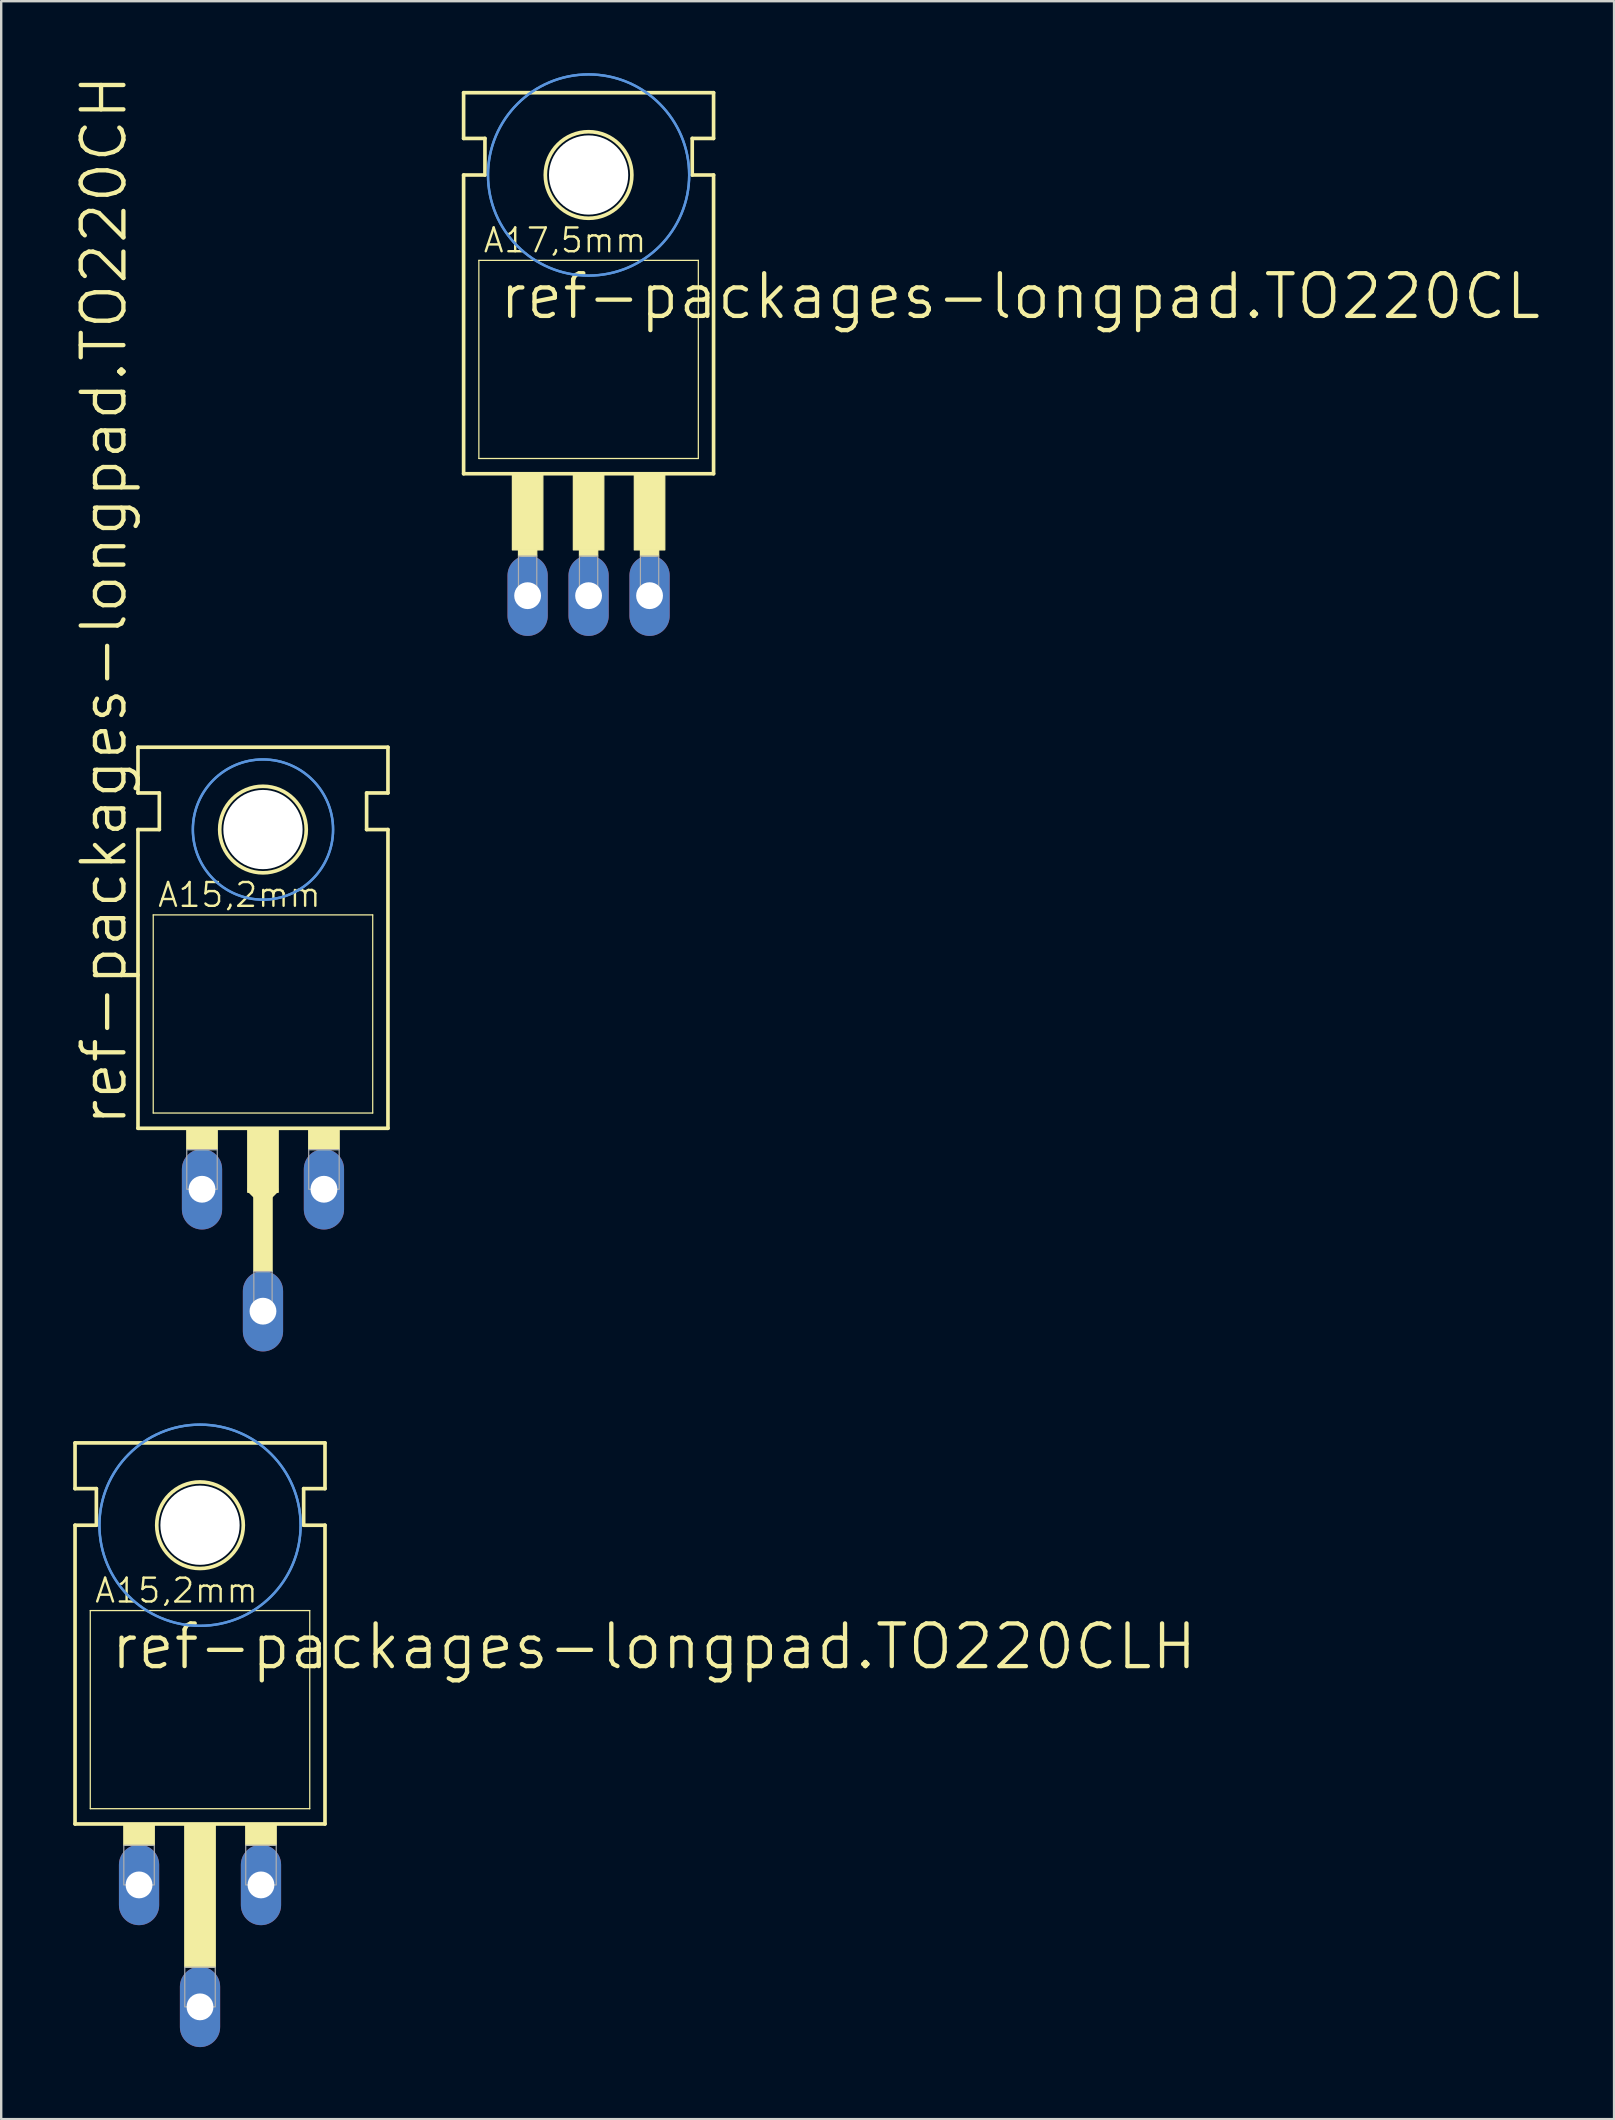
<source format=kicad_pcb>
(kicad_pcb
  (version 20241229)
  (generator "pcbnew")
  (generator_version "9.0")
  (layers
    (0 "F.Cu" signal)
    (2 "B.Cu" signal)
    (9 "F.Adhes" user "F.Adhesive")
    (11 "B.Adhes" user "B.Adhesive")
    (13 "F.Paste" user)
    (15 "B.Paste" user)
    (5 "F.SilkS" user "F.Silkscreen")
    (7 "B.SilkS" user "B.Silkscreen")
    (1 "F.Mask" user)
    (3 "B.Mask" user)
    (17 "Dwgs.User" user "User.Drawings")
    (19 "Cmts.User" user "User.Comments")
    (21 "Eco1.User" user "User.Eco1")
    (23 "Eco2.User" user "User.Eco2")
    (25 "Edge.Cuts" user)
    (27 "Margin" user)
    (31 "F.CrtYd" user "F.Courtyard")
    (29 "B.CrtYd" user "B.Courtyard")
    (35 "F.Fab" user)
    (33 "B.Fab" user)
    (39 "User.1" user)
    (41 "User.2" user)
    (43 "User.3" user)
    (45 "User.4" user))
  (footprint "ref-packages-longpad.TO220CL"
    (layer "F.Cu")
    (at 21.472 15.417)
    (property "Reference" "ref-packages-longpad.TO220CL" (at -3.81 -5.08 0) (layer "F.SilkS") (effects (font (size 1.778 1.778) (thickness 0.18)) (justify left bottom)))
    (attr through_hole)
    (fp_line (start -5.207 -12.7) (end -5.207 -14.605) (stroke (width 0.152) (type default)) (layer "F.SilkS"))
    (fp_line (start -5.207 -11.176) (end -4.318 -11.176) (stroke (width 0.152) (type default)) (layer "F.SilkS"))
    (fp_line (start -5.207 1.27) (end -5.207 -11.176) (stroke (width 0.152) (type default)) (layer "F.SilkS"))
    (fp_line (start -5.207 1.27) (end 5.207 1.27) (stroke (width 0.152) (type default)) (layer "F.SilkS"))
    (fp_line (start -4.572 0.635) (end -4.572 -7.62) (stroke (width 0.051) (type default)) (layer "F.SilkS"))
    (fp_line (start -4.572 0.635) (end 4.572 0.635) (stroke (width 0.051) (type default)) (layer "F.SilkS"))
    (fp_line (start -4.318 -12.7) (end -5.207 -12.7) (stroke (width 0.152) (type default)) (layer "F.SilkS"))
    (fp_line (start -4.318 -11.176) (end -4.318 -12.7) (stroke (width 0.152) (type default)) (layer "F.SilkS"))
    (fp_line (start 4.318 -12.7) (end 5.207 -12.7) (stroke (width 0.152) (type default)) (layer "F.SilkS"))
    (fp_line (start 4.318 -11.176) (end 4.318 -12.7) (stroke (width 0.152) (type default)) (layer "F.SilkS"))
    (fp_line (start 4.572 -7.62) (end -4.572 -7.62) (stroke (width 0.051) (type default)) (layer "F.SilkS"))
    (fp_line (start 4.572 -7.62) (end 4.572 0.635) (stroke (width 0.051) (type default)) (layer "F.SilkS"))
    (fp_line (start 5.207 -14.605) (end -5.207 -14.605) (stroke (width 0.152) (type default)) (layer "F.SilkS"))
    (fp_line (start 5.207 -12.7) (end 5.207 -14.605) (stroke (width 0.152) (type default)) (layer "F.SilkS"))
    (fp_line (start 5.207 -11.176) (end 4.318 -11.176) (stroke (width 0.152) (type default)) (layer "F.SilkS"))
    (fp_line (start 5.207 1.27) (end 5.207 -11.176) (stroke (width 0.152) (type default)) (layer "F.SilkS"))
    (fp_rect (start -3.175 4.445) (end -1.905 1.27) (stroke (width 0.05) (type default)) (fill yes) (layer "F.SilkS"))
    (fp_rect (start -2.921 4.699) (end -2.159 4.445) (stroke (width 0.05) (type default)) (fill yes) (layer "F.SilkS"))
    (fp_rect (start -0.635 4.445) (end 0.635 1.27) (stroke (width 0.05) (type default)) (fill yes) (layer "F.SilkS"))
    (fp_rect (start -0.381 4.699) (end 0.381 4.445) (stroke (width 0.05) (type default)) (fill yes) (layer "F.SilkS"))
    (fp_rect (start 1.905 4.445) (end 3.175 1.27) (stroke (width 0.05) (type default)) (fill yes) (layer "F.SilkS"))
    (fp_rect (start 2.159 4.699) (end 2.921 4.445) (stroke (width 0.05) (type default)) (fill yes) (layer "F.SilkS"))
    (fp_circle (center 0 -11.176) (end 1.803 -11.176) (stroke (width 0.152) (type default)) (fill no) (layer "F.SilkS"))
    (fp_circle (center 0 -11.176) (end 4.191 -11.176) (stroke (width 0.1) (type default)) (fill no) (layer "Cmts.User"))
    (fp_circle (center 0 -11.176) (end 4.191 -11.176) (stroke (width 0.1) (type default)) (fill no) (layer "Cmts.User"))
    (fp_rect (start -2.921 6.477) (end -2.159 4.699) (stroke (width 0.05) (type default)) (fill no) (layer "F.Fab"))
    (fp_rect (start -0.381 6.477) (end 0.381 4.699) (stroke (width 0.05) (type default)) (fill no) (layer "F.Fab"))
    (fp_rect (start 2.159 6.477) (end 2.921 4.699) (stroke (width 0.05) (type default)) (fill no) (layer "F.Fab"))
    (fp_text user "A17,5mm" (at -4.445 -7.874 0) (layer "F.SilkS") (effects (font (size 0.991 0.991) (thickness 0.1)) (justify left bottom)))
    (pad "" np_thru_hole circle (at 0 -11.176) (size 3.302 3.302) (drill 3.302) (layers "*.Cu" "*.Mask"))
    (pad "A" thru_hole oval (at 0 6.35 90) (size 3.353 1.676) (drill 1.118) (layers "*.Cu" "*.Mask"))
    (pad "C" thru_hole oval (at -2.54 6.35 90) (size 3.353 1.676) (drill 1.118) (layers "*.Cu" "*.Mask"))
    (pad "G" thru_hole oval (at 2.54 6.35 90) (size 3.353 1.676) (drill 1.118) (layers "*.Cu" "*.Mask")))
  (footprint "ref-packages-longpad.TO220CLH"
    (layer "F.Cu")
    (at 5.283 71.67)
    (property "Reference" "ref-packages-longpad.TO220CLH" (at -3.81 -5.08 0) (layer "F.SilkS") (effects (font (size 1.778 1.778) (thickness 0.18)) (justify left bottom)))
    (attr through_hole)
    (fp_line (start -5.207 -12.7) (end -5.207 -14.605) (stroke (width 0.152) (type default)) (layer "F.SilkS"))
    (fp_line (start -5.207 -11.176) (end -4.318 -11.176) (stroke (width 0.152) (type default)) (layer "F.SilkS"))
    (fp_line (start -5.207 1.27) (end -5.207 -11.176) (stroke (width 0.152) (type default)) (layer "F.SilkS"))
    (fp_line (start -5.207 1.27) (end 5.207 1.27) (stroke (width 0.152) (type default)) (layer "F.SilkS"))
    (fp_line (start -4.572 0.635) (end -4.572 -7.62) (stroke (width 0.051) (type default)) (layer "F.SilkS"))
    (fp_line (start -4.572 0.635) (end 4.572 0.635) (stroke (width 0.051) (type default)) (layer "F.SilkS"))
    (fp_line (start -4.318 -12.7) (end -5.207 -12.7) (stroke (width 0.152) (type default)) (layer "F.SilkS"))
    (fp_line (start -4.318 -11.176) (end -4.318 -12.7) (stroke (width 0.152) (type default)) (layer "F.SilkS"))
    (fp_line (start 4.318 -12.7) (end 5.207 -12.7) (stroke (width 0.152) (type default)) (layer "F.SilkS"))
    (fp_line (start 4.318 -11.176) (end 4.318 -12.7) (stroke (width 0.152) (type default)) (layer "F.SilkS"))
    (fp_line (start 4.572 -7.62) (end -4.572 -7.62) (stroke (width 0.051) (type default)) (layer "F.SilkS"))
    (fp_line (start 4.572 -7.62) (end 4.572 0.635) (stroke (width 0.051) (type default)) (layer "F.SilkS"))
    (fp_line (start 5.207 -14.605) (end -5.207 -14.605) (stroke (width 0.152) (type default)) (layer "F.SilkS"))
    (fp_line (start 5.207 -12.7) (end 5.207 -14.605) (stroke (width 0.152) (type default)) (layer "F.SilkS"))
    (fp_line (start 5.207 -11.176) (end 4.318 -11.176) (stroke (width 0.152) (type default)) (layer "F.SilkS"))
    (fp_line (start 5.207 1.27) (end 5.207 -11.176) (stroke (width 0.152) (type default)) (layer "F.SilkS"))
    (fp_rect (start -3.175 2.159) (end -1.905 1.27) (stroke (width 0.05) (type default)) (fill yes) (layer "F.SilkS"))
    (fp_rect (start -0.635 7.239) (end 0.635 1.27) (stroke (width 0.05) (type default)) (fill yes) (layer "F.SilkS"))
    (fp_rect (start 1.905 2.159) (end 3.175 1.27) (stroke (width 0.05) (type default)) (fill yes) (layer "F.SilkS"))
    (fp_circle (center 0 -11.176) (end 1.803 -11.176) (stroke (width 0.152) (type default)) (fill no) (layer "F.SilkS"))
    (fp_circle (center 0 -11.176) (end 4.191 -11.176) (stroke (width 0.1) (type default)) (fill no) (layer "Cmts.User"))
    (fp_circle (center 0 -11.176) (end 4.191 -11.176) (stroke (width 0.1) (type default)) (fill no) (layer "Cmts.User"))
    (fp_rect (start -3.175 3.81) (end -1.905 2.159) (stroke (width 0.05) (type default)) (fill no) (layer "F.Fab"))
    (fp_rect (start -0.635 8.89) (end 0.635 7.239) (stroke (width 0.05) (type default)) (fill no) (layer "F.Fab"))
    (fp_rect (start 1.905 3.81) (end 3.175 2.159) (stroke (width 0.05) (type default)) (fill no) (layer "F.Fab"))
    (fp_text user "A15,2mm" (at -4.445 -7.874 0) (layer "F.SilkS") (effects (font (size 0.991 0.991) (thickness 0.1)) (justify left bottom)))
    (pad "" np_thru_hole circle (at 0 -11.176) (size 3.302 3.302) (drill 3.302) (layers "*.Cu" "*.Mask"))
    (pad "A" thru_hole oval (at 0 8.89 90) (size 3.353 1.676) (drill 1.118) (layers "*.Cu" "*.Mask"))
    (pad "C" thru_hole oval (at -2.54 3.81 90) (size 3.353 1.676) (drill 1.118) (layers "*.Cu" "*.Mask"))
    (pad "G" thru_hole oval (at 2.54 3.81 90) (size 3.353 1.676) (drill 1.118) (layers "*.Cu" "*.Mask")))
  (footprint "ref-packages-longpad.TO220CH"
    (layer "F.Cu")
    (at 7.906 42.687)
    (property "Reference" "ref-packages-longpad.TO220CH" (at -5.588 1.27 90) (layer "F.SilkS") (effects (font (size 1.778 1.778) (thickness 0.18)) (justify left bottom)))
    (attr through_hole)
    (fp_line (start -5.207 -12.7) (end -5.207 -14.605) (stroke (width 0.152) (type default)) (layer "F.SilkS"))
    (fp_line (start -5.207 -11.176) (end -4.318 -11.176) (stroke (width 0.152) (type default)) (layer "F.SilkS"))
    (fp_line (start -5.207 1.27) (end -5.207 -11.176) (stroke (width 0.152) (type default)) (layer "F.SilkS"))
    (fp_line (start -5.207 1.27) (end 5.207 1.27) (stroke (width 0.152) (type default)) (layer "F.SilkS"))
    (fp_line (start -4.572 0.635) (end -4.572 -7.62) (stroke (width 0.051) (type default)) (layer "F.SilkS"))
    (fp_line (start -4.572 0.635) (end 4.572 0.635) (stroke (width 0.051) (type default)) (layer "F.SilkS"))
    (fp_line (start -4.318 -12.7) (end -5.207 -12.7) (stroke (width 0.152) (type default)) (layer "F.SilkS"))
    (fp_line (start -4.318 -11.176) (end -4.318 -12.7) (stroke (width 0.152) (type default)) (layer "F.SilkS"))
    (fp_line (start -0.381 3.81) (end -0.254 3.937) (stroke (width 0.508) (type default)) (layer "F.SilkS"))
    (fp_line (start 0.381 3.81) (end 0.254 3.937) (stroke (width 0.508) (type default)) (layer "F.SilkS"))
    (fp_line (start 4.318 -12.7) (end 5.207 -12.7) (stroke (width 0.152) (type default)) (layer "F.SilkS"))
    (fp_line (start 4.318 -11.176) (end 4.318 -12.7) (stroke (width 0.152) (type default)) (layer "F.SilkS"))
    (fp_line (start 4.572 -7.62) (end -4.572 -7.62) (stroke (width 0.051) (type default)) (layer "F.SilkS"))
    (fp_line (start 4.572 -7.62) (end 4.572 0.635) (stroke (width 0.051) (type default)) (layer "F.SilkS"))
    (fp_line (start 5.207 -14.605) (end -5.207 -14.605) (stroke (width 0.152) (type default)) (layer "F.SilkS"))
    (fp_line (start 5.207 -12.7) (end 5.207 -14.605) (stroke (width 0.152) (type default)) (layer "F.SilkS"))
    (fp_line (start 5.207 -11.176) (end 4.318 -11.176) (stroke (width 0.152) (type default)) (layer "F.SilkS"))
    (fp_line (start 5.207 1.27) (end 5.207 -11.176) (stroke (width 0.152) (type default)) (layer "F.SilkS"))
    (fp_rect (start -3.175 2.159) (end -1.905 1.27) (stroke (width 0.05) (type default)) (fill yes) (layer "F.SilkS"))
    (fp_rect (start -0.635 3.937) (end 0.635 1.27) (stroke (width 0.05) (type default)) (fill yes) (layer "F.SilkS"))
    (fp_rect (start -0.381 7.239) (end 0.381 3.937) (stroke (width 0.05) (type default)) (fill yes) (layer "F.SilkS"))
    (fp_rect (start 1.905 2.159) (end 3.175 1.27) (stroke (width 0.05) (type default)) (fill yes) (layer "F.SilkS"))
    (fp_circle (center 0 -11.176) (end 1.803 -11.176) (stroke (width 0.152) (type default)) (fill no) (layer "F.SilkS"))
    (fp_circle (center 0 -11.176) (end 2.921 -11.176) (stroke (width 0.1) (type default)) (fill no) (layer "Cmts.User"))
    (fp_circle (center 0 -11.176) (end 2.921 -11.176) (stroke (width 0.1) (type default)) (fill no) (layer "Cmts.User"))
    (fp_rect (start -3.175 3.81) (end -1.905 2.159) (stroke (width 0.05) (type default)) (fill no) (layer "F.Fab"))
    (fp_rect (start -0.381 8.89) (end 0.381 7.239) (stroke (width 0.05) (type default)) (fill no) (layer "F.Fab"))
    (fp_rect (start 1.905 3.81) (end 3.175 2.159) (stroke (width 0.05) (type default)) (fill no) (layer "F.Fab"))
    (fp_text user "A15,2mm" (at -4.445 -7.874 0) (layer "F.SilkS") (effects (font (size 0.991 0.991) (thickness 0.1)) (justify left bottom)))
    (pad "" np_thru_hole circle (at 0 -11.176) (size 3.302 3.302) (drill 3.302) (layers "*.Cu" "*.Mask"))
    (pad "A1" thru_hole oval (at -2.54 3.81 90) (size 3.353 1.676) (drill 1.118) (layers "*.Cu" "*.Mask"))
    (pad "A2" thru_hole oval (at 2.54 3.81 90) (size 3.353 1.676) (drill 1.118) (layers "*.Cu" "*.Mask"))
    (pad "C" thru_hole oval (at 0 8.89 90) (size 3.353 1.676) (drill 1.118) (layers "*.Cu" "*.Mask")))
  (gr_rect
    (start -3 -3)
    (end 64.196 85.237)
    (stroke (width 0.1) (type default))
    (fill no)
    (layer "Edge.Cuts")))
</source>
